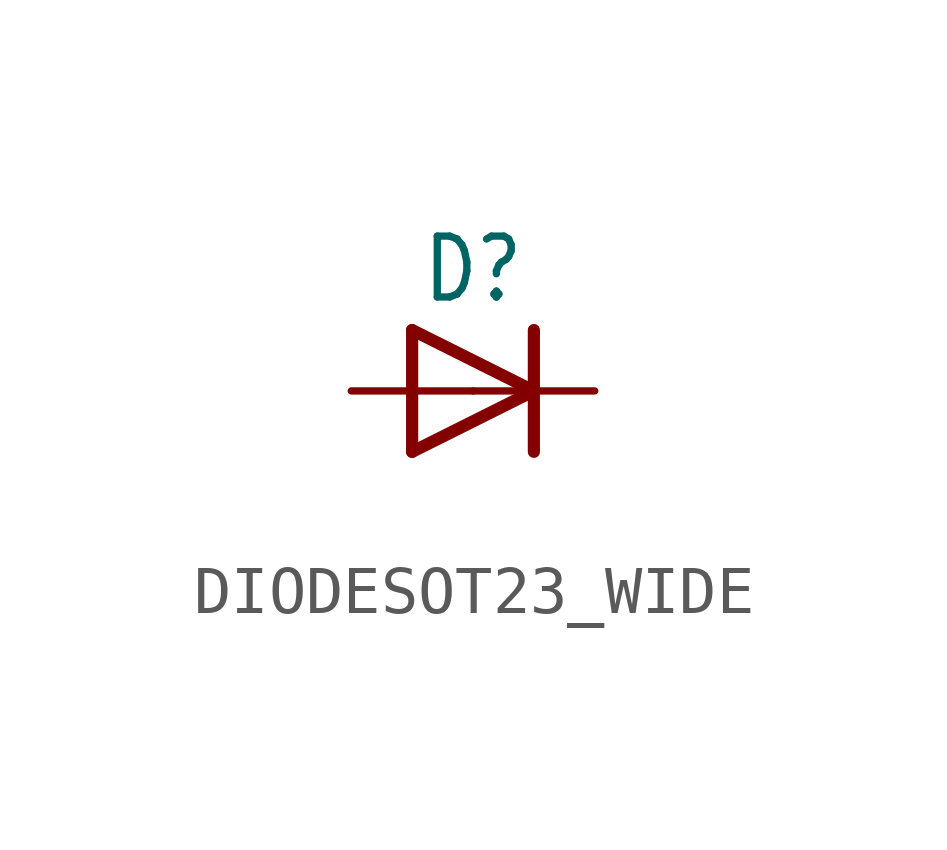
<source format=kicad_sym>
(kicad_symbol_lib
  (version 20241209)
  (generator "kicad_symbol_editor")
  (generator_version "9.0")
  (symbol "DIODESOT23_WIDE"
    (property "Reference" "D"
      (at 0 2.54 0)
      (effects (font (size 1.27 1.079))))
    (property "Value" ""
      (at 0 -2.5 0)
      (effects (font (size 1.27 1.079))))
    (property "ki_locked" ""
      (at 0 0 0)
      (effects (font (size 1.27 1.27))))
    (symbol "DIODESOT23_WIDE_1_0"
      (polyline (pts (xy -1.27 1.27) (xy -1.27 -1.27)) (stroke (width 0.254) (type solid)) (fill (type none)))
      (polyline (pts (xy -1.27 -1.27) (xy 1.27 0)) (stroke (width 0.254) (type solid)) (fill (type none)))
      (polyline (pts (xy 1.27 1.27) (xy 1.27 0)) (stroke (width 0.254) (type solid)) (fill (type none)))
      (polyline (pts (xy 1.27 0) (xy -1.27 1.27)) (stroke (width 0.254) (type solid)) (fill (type none)))
      (polyline (pts (xy 1.27 0) (xy 1.27 -1.27)) (stroke (width 0.254) (type solid)) (fill (type none)))
      (pin passive line (at -2.54 0 0) (length 2.54) (name "A" (effects (font (size 0 0)))) (number "1" (effects (font (size 0 0)))))
      (pin passive line (at 2.54 0 180) (length 2.54) (name "C" (effects (font (size 0 0)))) (number "3" (effects (font (size 0 0))))))))
</source>
